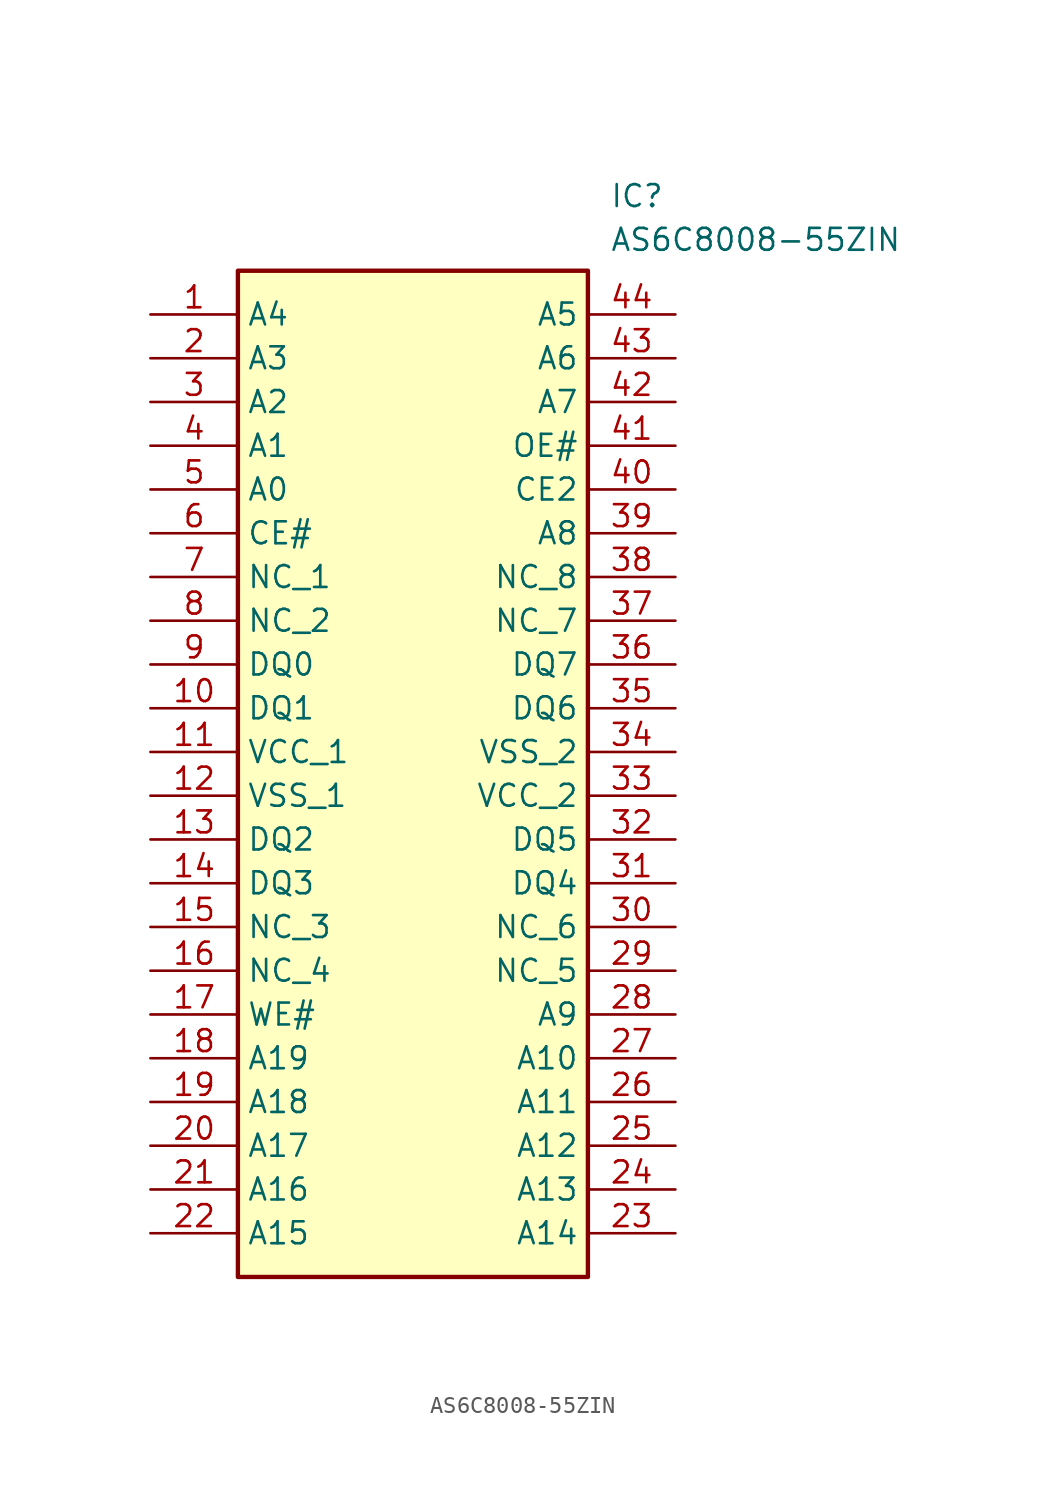
<source format=kicad_sym>
(kicad_symbol_lib
  (version 20211014)
  (generator SamacSys_ECAD_Model)
  (symbol "AS6C8008-55ZIN"
    (property "Reference" "IC"
      (at 26.67 7.62 0)
      (effects (font (size 1.27 1.27)) (justify left top)))
    (property "Value" "AS6C8008-55ZIN"
      (at 26.67 5.08 0)
      (effects (font (size 1.27 1.27)) (justify left top)))
    (rectangle
      (start 5.08 2.54)
      (end 25.4 -55.88)
      (stroke (width 0.254) (type default))
      (fill (type background)))
    (pin passive line
      (at 0 0 0)
      (length 5.08)
      (name "A4" (effects (font (size 1.27 1.27))))
      (number "1" (effects (font (size 1.27 1.27)))))
    (pin passive line
      (at 0 -2.54 0)
      (length 5.08)
      (name "A3" (effects (font (size 1.27 1.27))))
      (number "2" (effects (font (size 1.27 1.27)))))
    (pin passive line
      (at 0 -5.08 0)
      (length 5.08)
      (name "A2" (effects (font (size 1.27 1.27))))
      (number "3" (effects (font (size 1.27 1.27)))))
    (pin passive line
      (at 0 -7.62 0)
      (length 5.08)
      (name "A1" (effects (font (size 1.27 1.27))))
      (number "4" (effects (font (size 1.27 1.27)))))
    (pin passive line
      (at 0 -10.16 0)
      (length 5.08)
      (name "A0" (effects (font (size 1.27 1.27))))
      (number "5" (effects (font (size 1.27 1.27)))))
    (pin passive line
      (at 0 -12.7 0)
      (length 5.08)
      (name "CE#" (effects (font (size 1.27 1.27))))
      (number "6" (effects (font (size 1.27 1.27)))))
    (pin passive line
      (at 0 -15.24 0)
      (length 5.08)
      (name "NC_1" (effects (font (size 1.27 1.27))))
      (number "7" (effects (font (size 1.27 1.27)))))
    (pin passive line
      (at 0 -17.78 0)
      (length 5.08)
      (name "NC_2" (effects (font (size 1.27 1.27))))
      (number "8" (effects (font (size 1.27 1.27)))))
    (pin passive line
      (at 0 -20.32 0)
      (length 5.08)
      (name "DQ0" (effects (font (size 1.27 1.27))))
      (number "9" (effects (font (size 1.27 1.27)))))
    (pin passive line
      (at 0 -22.86 0)
      (length 5.08)
      (name "DQ1" (effects (font (size 1.27 1.27))))
      (number "10" (effects (font (size 1.27 1.27)))))
    (pin passive line
      (at 0 -25.4 0)
      (length 5.08)
      (name "VCC_1" (effects (font (size 1.27 1.27))))
      (number "11" (effects (font (size 1.27 1.27)))))
    (pin passive line
      (at 0 -27.94 0)
      (length 5.08)
      (name "VSS_1" (effects (font (size 1.27 1.27))))
      (number "12" (effects (font (size 1.27 1.27)))))
    (pin passive line
      (at 0 -30.48 0)
      (length 5.08)
      (name "DQ2" (effects (font (size 1.27 1.27))))
      (number "13" (effects (font (size 1.27 1.27)))))
    (pin passive line
      (at 0 -33.02 0)
      (length 5.08)
      (name "DQ3" (effects (font (size 1.27 1.27))))
      (number "14" (effects (font (size 1.27 1.27)))))
    (pin passive line
      (at 0 -35.56 0)
      (length 5.08)
      (name "NC_3" (effects (font (size 1.27 1.27))))
      (number "15" (effects (font (size 1.27 1.27)))))
    (pin passive line
      (at 0 -38.1 0)
      (length 5.08)
      (name "NC_4" (effects (font (size 1.27 1.27))))
      (number "16" (effects (font (size 1.27 1.27)))))
    (pin passive line
      (at 0 -40.64 0)
      (length 5.08)
      (name "WE#" (effects (font (size 1.27 1.27))))
      (number "17" (effects (font (size 1.27 1.27)))))
    (pin passive line
      (at 0 -43.18 0)
      (length 5.08)
      (name "A19" (effects (font (size 1.27 1.27))))
      (number "18" (effects (font (size 1.27 1.27)))))
    (pin passive line
      (at 0 -45.72 0)
      (length 5.08)
      (name "A18" (effects (font (size 1.27 1.27))))
      (number "19" (effects (font (size 1.27 1.27)))))
    (pin passive line
      (at 0 -48.26 0)
      (length 5.08)
      (name "A17" (effects (font (size 1.27 1.27))))
      (number "20" (effects (font (size 1.27 1.27)))))
    (pin passive line
      (at 0 -50.8 0)
      (length 5.08)
      (name "A16" (effects (font (size 1.27 1.27))))
      (number "21" (effects (font (size 1.27 1.27)))))
    (pin passive line
      (at 0 -53.34 0)
      (length 5.08)
      (name "A15" (effects (font (size 1.27 1.27))))
      (number "22" (effects (font (size 1.27 1.27)))))
    (pin passive line
      (at 30.48 0 180)
      (length 5.08)
      (name "A5" (effects (font (size 1.27 1.27))))
      (number "44" (effects (font (size 1.27 1.27)))))
    (pin passive line
      (at 30.48 -2.54 180)
      (length 5.08)
      (name "A6" (effects (font (size 1.27 1.27))))
      (number "43" (effects (font (size 1.27 1.27)))))
    (pin passive line
      (at 30.48 -5.08 180)
      (length 5.08)
      (name "A7" (effects (font (size 1.27 1.27))))
      (number "42" (effects (font (size 1.27 1.27)))))
    (pin passive line
      (at 30.48 -7.62 180)
      (length 5.08)
      (name "OE#" (effects (font (size 1.27 1.27))))
      (number "41" (effects (font (size 1.27 1.27)))))
    (pin passive line
      (at 30.48 -10.16 180)
      (length 5.08)
      (name "CE2" (effects (font (size 1.27 1.27))))
      (number "40" (effects (font (size 1.27 1.27)))))
    (pin passive line
      (at 30.48 -12.7 180)
      (length 5.08)
      (name "A8" (effects (font (size 1.27 1.27))))
      (number "39" (effects (font (size 1.27 1.27)))))
    (pin passive line
      (at 30.48 -15.24 180)
      (length 5.08)
      (name "NC_8" (effects (font (size 1.27 1.27))))
      (number "38" (effects (font (size 1.27 1.27)))))
    (pin passive line
      (at 30.48 -17.78 180)
      (length 5.08)
      (name "NC_7" (effects (font (size 1.27 1.27))))
      (number "37" (effects (font (size 1.27 1.27)))))
    (pin passive line
      (at 30.48 -20.32 180)
      (length 5.08)
      (name "DQ7" (effects (font (size 1.27 1.27))))
      (number "36" (effects (font (size 1.27 1.27)))))
    (pin passive line
      (at 30.48 -22.86 180)
      (length 5.08)
      (name "DQ6" (effects (font (size 1.27 1.27))))
      (number "35" (effects (font (size 1.27 1.27)))))
    (pin passive line
      (at 30.48 -25.4 180)
      (length 5.08)
      (name "VSS_2" (effects (font (size 1.27 1.27))))
      (number "34" (effects (font (size 1.27 1.27)))))
    (pin passive line
      (at 30.48 -27.94 180)
      (length 5.08)
      (name "VCC_2" (effects (font (size 1.27 1.27))))
      (number "33" (effects (font (size 1.27 1.27)))))
    (pin passive line
      (at 30.48 -30.48 180)
      (length 5.08)
      (name "DQ5" (effects (font (size 1.27 1.27))))
      (number "32" (effects (font (size 1.27 1.27)))))
    (pin passive line
      (at 30.48 -33.02 180)
      (length 5.08)
      (name "DQ4" (effects (font (size 1.27 1.27))))
      (number "31" (effects (font (size 1.27 1.27)))))
    (pin passive line
      (at 30.48 -35.56 180)
      (length 5.08)
      (name "NC_6" (effects (font (size 1.27 1.27))))
      (number "30" (effects (font (size 1.27 1.27)))))
    (pin passive line
      (at 30.48 -38.1 180)
      (length 5.08)
      (name "NC_5" (effects (font (size 1.27 1.27))))
      (number "29" (effects (font (size 1.27 1.27)))))
    (pin passive line
      (at 30.48 -40.64 180)
      (length 5.08)
      (name "A9" (effects (font (size 1.27 1.27))))
      (number "28" (effects (font (size 1.27 1.27)))))
    (pin passive line
      (at 30.48 -43.18 180)
      (length 5.08)
      (name "A10" (effects (font (size 1.27 1.27))))
      (number "27" (effects (font (size 1.27 1.27)))))
    (pin passive line
      (at 30.48 -45.72 180)
      (length 5.08)
      (name "A11" (effects (font (size 1.27 1.27))))
      (number "26" (effects (font (size 1.27 1.27)))))
    (pin passive line
      (at 30.48 -48.26 180)
      (length 5.08)
      (name "A12" (effects (font (size 1.27 1.27))))
      (number "25" (effects (font (size 1.27 1.27)))))
    (pin passive line
      (at 30.48 -50.8 180)
      (length 5.08)
      (name "A13" (effects (font (size 1.27 1.27))))
      (number "24" (effects (font (size 1.27 1.27)))))
    (pin passive line
      (at 30.48 -53.34 180)
      (length 5.08)
      (name "A14" (effects (font (size 1.27 1.27))))
      (number "23" (effects (font (size 1.27 1.27)))))))
</source>
